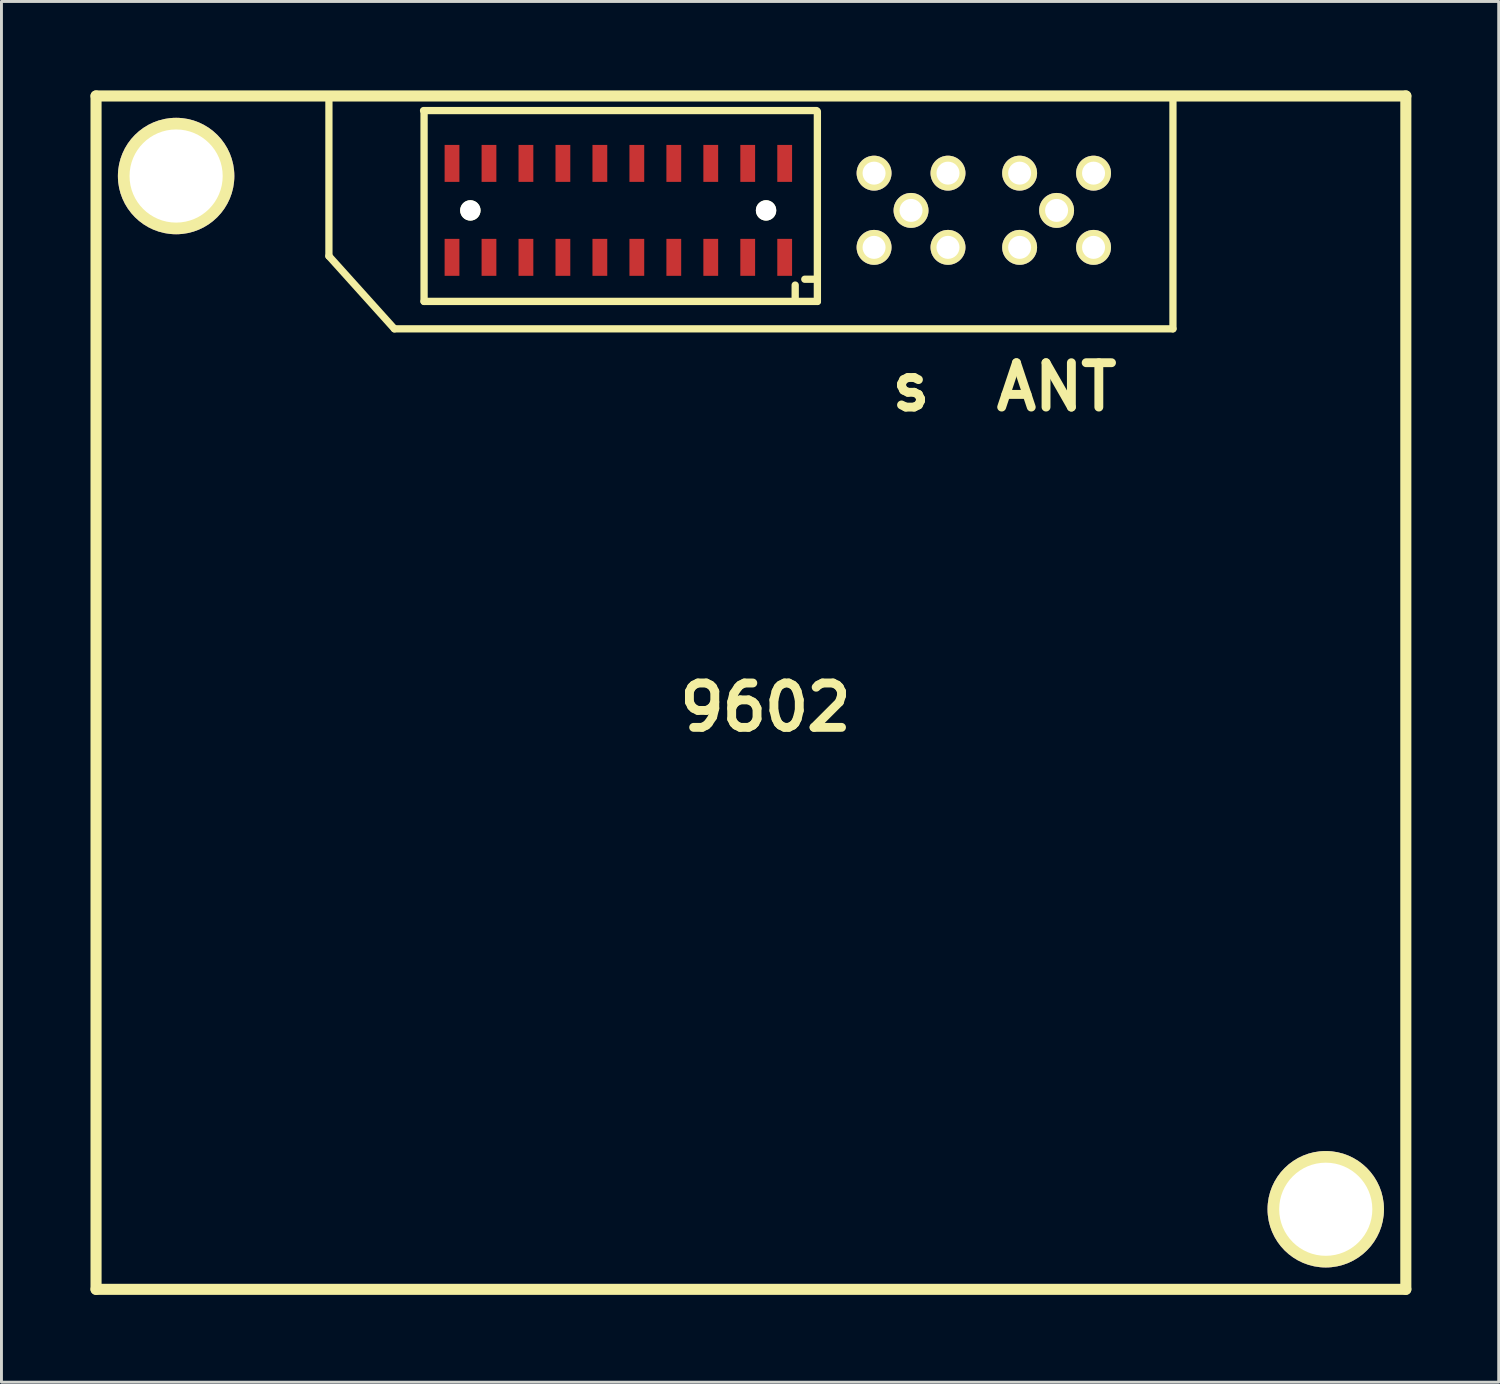
<source format=kicad_pcb>
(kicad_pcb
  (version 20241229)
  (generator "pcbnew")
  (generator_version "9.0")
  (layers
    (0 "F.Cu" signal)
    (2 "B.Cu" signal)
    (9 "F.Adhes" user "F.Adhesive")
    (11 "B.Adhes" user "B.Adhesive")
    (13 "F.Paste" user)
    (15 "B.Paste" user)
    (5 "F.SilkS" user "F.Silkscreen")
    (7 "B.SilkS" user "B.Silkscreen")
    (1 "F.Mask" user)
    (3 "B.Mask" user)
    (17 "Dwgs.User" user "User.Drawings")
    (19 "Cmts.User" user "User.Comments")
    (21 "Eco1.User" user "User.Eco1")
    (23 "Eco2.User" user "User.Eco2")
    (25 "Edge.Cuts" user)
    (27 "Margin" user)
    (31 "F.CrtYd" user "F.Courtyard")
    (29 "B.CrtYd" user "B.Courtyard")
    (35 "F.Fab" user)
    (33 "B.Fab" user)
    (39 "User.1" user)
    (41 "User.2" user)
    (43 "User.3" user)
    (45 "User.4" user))
  (footprint "9602"
    (layer "F.Cu")
    (at 0.25 0.25)
    (property "Reference" "9602" (at 23 21.001 0) (layer "F.SilkS") (effects (font (size 1.524 1.524) (thickness 0.305))))
    (fp_line (start 0 -0.003) (end 0 40.998) (stroke (width 0.381) (type solid)) (layer "F.SilkS"))
    (fp_line (start 0 40.998) (end 45.001 40.998) (stroke (width 0.381) (type solid)) (layer "F.SilkS"))
    (fp_line (start 8.001 -0.003) (end 8.001 5.499) (stroke (width 0.249) (type solid)) (layer "F.SilkS"))
    (fp_line (start 8.001 5.499) (end 10.251 7.998) (stroke (width 0.249) (type solid)) (layer "F.SilkS"))
    (fp_line (start 10.251 7.998) (end 37 7.998) (stroke (width 0.249) (type solid)) (layer "F.SilkS"))
    (fp_line (start 11.252 0.498) (end 24.752 0.498) (stroke (width 0.249) (type solid)) (layer "F.SilkS"))
    (fp_line (start 11.27 0.528) (end 11.27 7.056) (stroke (width 0.251) (type solid)) (layer "F.SilkS"))
    (fp_line (start 24.021 6.495) (end 24.021 6.929) (stroke (width 0.251) (type solid)) (layer "F.SilkS"))
    (fp_line (start 24.783 0.528) (end 24.783 7.056) (stroke (width 0.251) (type solid)) (layer "F.SilkS"))
    (fp_line (start 24.783 6.294) (end 24.351 6.294) (stroke (width 0.251) (type solid)) (layer "F.SilkS"))
    (fp_line (start 24.783 7.056) (end 11.27 7.056) (stroke (width 0.251) (type solid)) (layer "F.SilkS"))
    (fp_line (start 37 7.998) (end 37 -0.003) (stroke (width 0.249) (type solid)) (layer "F.SilkS"))
    (fp_line (start 45.001 -0.003) (end 0 -0.003) (stroke (width 0.381) (type solid)) (layer "F.SilkS"))
    (fp_line (start 45.001 40.998) (end 45.001 -0.003) (stroke (width 0.381) (type solid)) (layer "F.SilkS"))
    (fp_text user "ANT" (at 33.002 9.997 0) (layer "F.SilkS") (effects (font (size 1.524 1.524) (thickness 0.305))))
    (fp_text user "s" (at 28.001 9.997 0) (layer "F.SilkS") (effects (font (size 1.524 1.524) (thickness 0.305))))
    (pad "" np_thru_hole circle (at 12.86 3.929) (size 0.701 0.701) (drill 0.701) (layers "*.Cu" "*.Mask" "F.SilkS"))
    (pad "" np_thru_hole circle (at 23.02 3.929) (size 0.701 0.701) (drill 0.701) (layers "*.Cu" "*.Mask" "F.SilkS"))
    (pad "1" smd rect (at 23.66 5.542) (size 0.508 1.27) (layers "F.Cu" "F.Mask" "F.Paste"))
    (pad "2" smd rect (at 23.66 2.314 180) (size 0.508 1.27) (layers "F.Cu" "F.Mask" "F.Paste"))
    (pad "3" smd rect (at 22.39 5.542) (size 0.508 1.27) (layers "F.Cu" "F.Mask" "F.Paste"))
    (pad "4" smd rect (at 22.39 2.314 180) (size 0.508 1.27) (layers "F.Cu" "F.Mask" "F.Paste"))
    (pad "5" smd rect (at 21.12 5.542) (size 0.508 1.27) (layers "F.Cu" "F.Mask" "F.Paste"))
    (pad "6" smd rect (at 21.12 2.314 180) (size 0.508 1.27) (layers "F.Cu" "F.Mask" "F.Paste"))
    (pad "7" smd rect (at 19.85 5.542) (size 0.508 1.27) (layers "F.Cu" "F.Mask" "F.Paste"))
    (pad "8" smd rect (at 19.85 2.314 180) (size 0.508 1.27) (layers "F.Cu" "F.Mask" "F.Paste"))
    (pad "9" smd rect (at 18.58 5.542) (size 0.508 1.27) (layers "F.Cu" "F.Mask" "F.Paste"))
    (pad "10" smd rect (at 18.58 2.314 180) (size 0.508 1.27) (layers "F.Cu" "F.Mask" "F.Paste"))
    (pad "11" smd rect (at 17.31 5.542) (size 0.508 1.27) (layers "F.Cu" "F.Mask" "F.Paste"))
    (pad "12" smd rect (at 17.31 2.314 180) (size 0.508 1.27) (layers "F.Cu" "F.Mask" "F.Paste"))
    (pad "13" smd rect (at 16.04 5.542) (size 0.508 1.27) (layers "F.Cu" "F.Mask" "F.Paste"))
    (pad "14" smd rect (at 16.04 2.314 180) (size 0.508 1.27) (layers "F.Cu" "F.Mask" "F.Paste"))
    (pad "15" smd rect (at 14.77 5.542) (size 0.508 1.27) (layers "F.Cu" "F.Mask" "F.Paste"))
    (pad "16" smd rect (at 14.77 2.314 180) (size 0.508 1.27) (layers "F.Cu" "F.Mask" "F.Paste"))
    (pad "17" smd rect (at 13.5 5.542) (size 0.508 1.27) (layers "F.Cu" "F.Mask" "F.Paste"))
    (pad "18" smd rect (at 13.5 2.314 180) (size 0.508 1.27) (layers "F.Cu" "F.Mask" "F.Paste"))
    (pad "19" smd rect (at 12.23 5.542) (size 0.508 1.27) (layers "F.Cu" "F.Mask" "F.Paste"))
    (pad "20" smd rect (at 12.23 2.314 180) (size 0.508 1.27) (layers "F.Cu" "F.Mask" "F.Paste"))
    (pad "21" thru_hole circle (at 33.002 3.929) (size 1.199 1.199) (drill 0.79) (layers "*.Cu" "*.Mask" "F.SilkS"))
    (pad "22" thru_hole circle (at 28.001 3.929) (size 1.199 1.199) (drill 0.79) (layers "*.Cu" "*.Mask" "F.SilkS"))
    (pad "23" thru_hole circle (at 31.732 2.649) (size 1.199 1.199) (drill 0.79) (layers "*.Cu" "*.Mask" "F.SilkS"))
    (pad "24" thru_hole circle (at 31.732 5.199) (size 1.199 1.199) (drill 0.79) (layers "*.Cu" "*.Mask" "F.SilkS"))
    (pad "25" thru_hole circle (at 34.272 5.199) (size 1.199 1.199) (drill 0.79) (layers "*.Cu" "*.Mask" "F.SilkS"))
    (pad "26" thru_hole circle (at 34.272 2.649) (size 1.199 1.199) (drill 0.79) (layers "*.Cu" "*.Mask" "F.SilkS"))
    (pad "27" thru_hole circle (at 26.731 5.199) (size 1.199 1.199) (drill 0.79) (layers "*.Cu" "*.Mask" "F.SilkS"))
    (pad "28" thru_hole circle (at 29.271 5.199) (size 1.199 1.199) (drill 0.79) (layers "*.Cu" "*.Mask" "F.SilkS"))
    (pad "29" thru_hole circle (at 29.271 2.649) (size 1.199 1.199) (drill 0.79) (layers "*.Cu" "*.Mask" "F.SilkS"))
    (pad "30" thru_hole circle (at 26.731 2.649) (size 1.199 1.199) (drill 0.79) (layers "*.Cu" "*.Mask" "F.SilkS"))
    (pad "31" thru_hole circle (at 42.25 38.247) (size 4 4) (drill 3.2) (layers "*.Cu" "*.Mask" "F.SilkS"))
    (pad "32" thru_hole circle (at 2.751 2.748) (size 4 4) (drill 3.2) (layers "*.Cu" "*.Mask" "F.SilkS")))
  (gr_rect
    (start -3 -3)
    (end 48.442 44.439)
    (stroke (width 0.1) (type default))
    (fill no)
    (layer "Edge.Cuts")))
</source>
